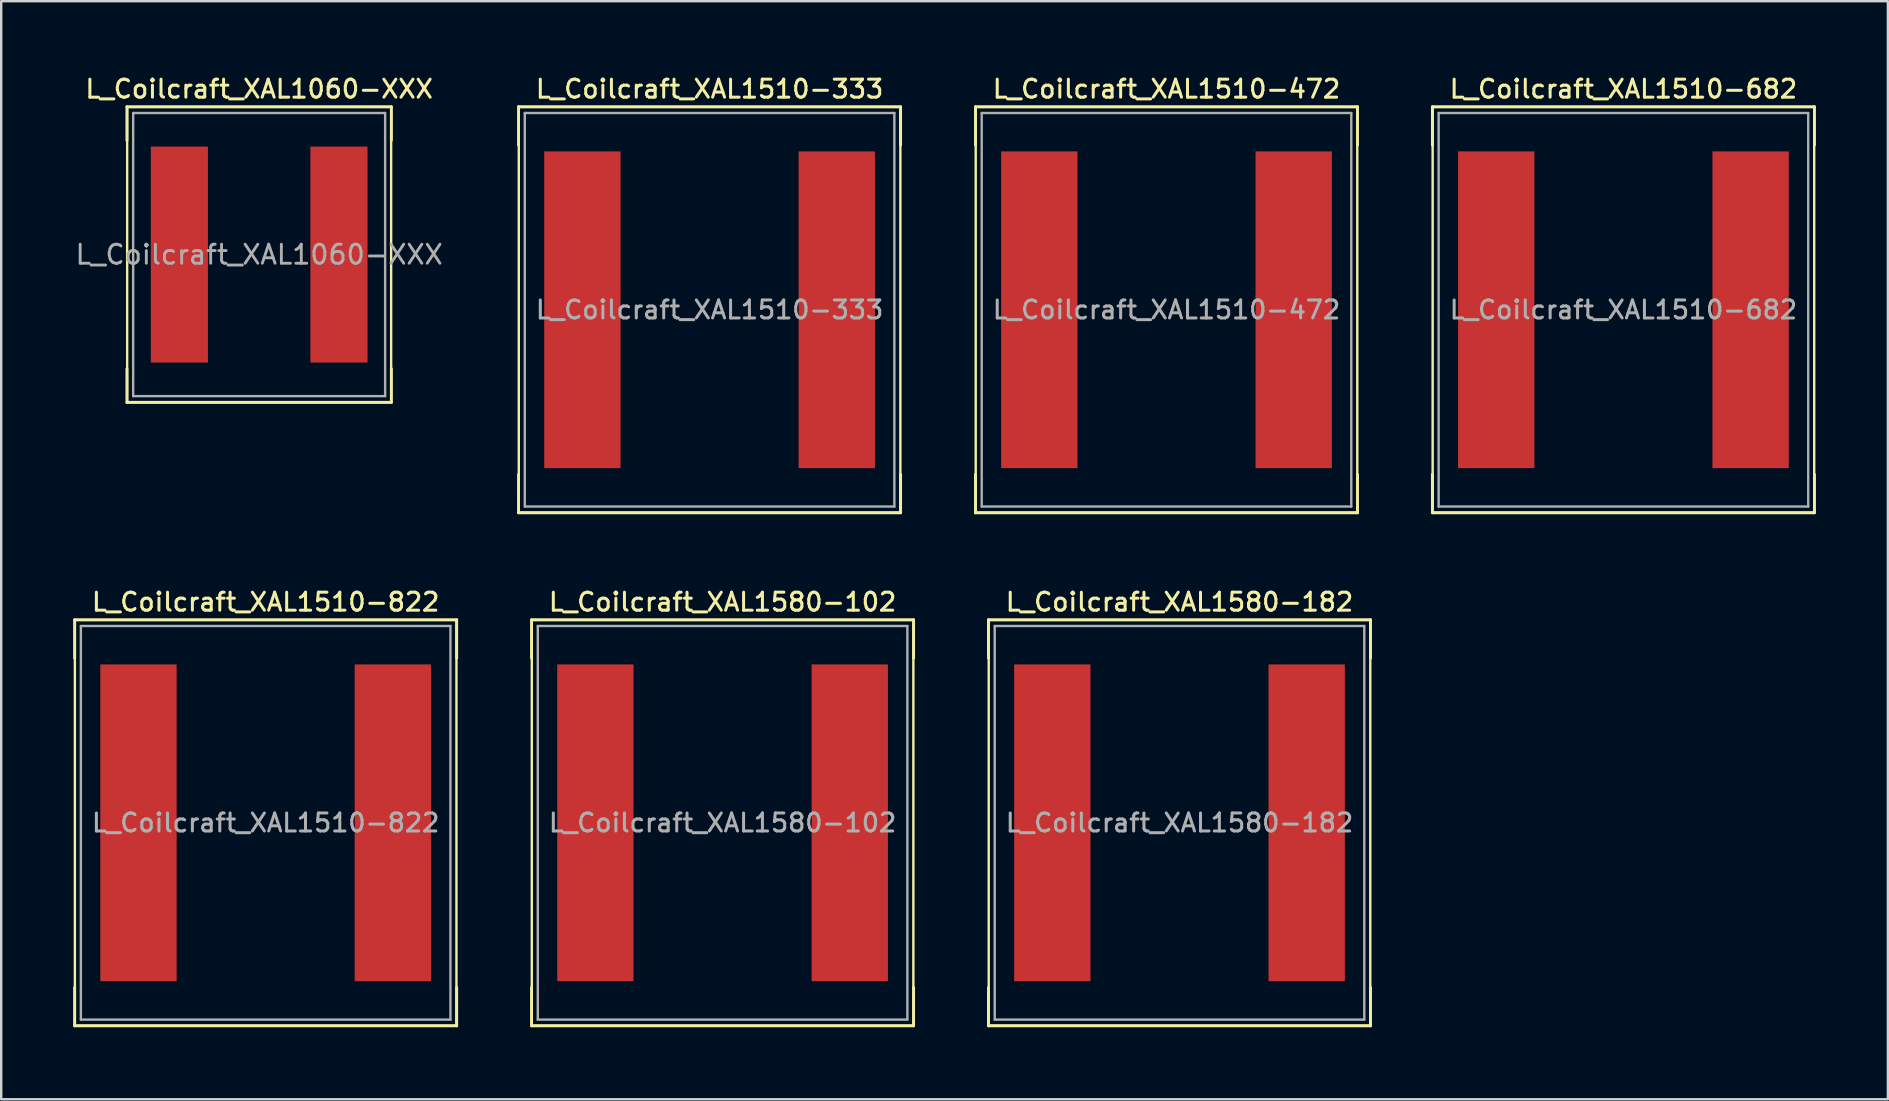
<source format=kicad_pcb>
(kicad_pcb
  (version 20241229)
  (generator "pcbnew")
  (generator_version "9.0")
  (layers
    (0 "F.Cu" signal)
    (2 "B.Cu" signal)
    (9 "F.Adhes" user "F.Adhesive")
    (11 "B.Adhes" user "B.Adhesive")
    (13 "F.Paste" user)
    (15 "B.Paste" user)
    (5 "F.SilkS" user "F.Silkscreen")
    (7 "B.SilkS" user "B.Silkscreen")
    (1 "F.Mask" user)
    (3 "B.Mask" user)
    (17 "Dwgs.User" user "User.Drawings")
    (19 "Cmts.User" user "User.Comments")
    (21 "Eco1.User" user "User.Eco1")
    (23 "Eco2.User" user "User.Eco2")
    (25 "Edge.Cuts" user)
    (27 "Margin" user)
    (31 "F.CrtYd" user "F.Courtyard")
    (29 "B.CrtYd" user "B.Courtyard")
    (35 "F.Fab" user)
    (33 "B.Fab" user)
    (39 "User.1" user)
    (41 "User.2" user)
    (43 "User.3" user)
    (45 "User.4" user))
  (footprint "L_Coilcraft_XAL1580-102"
    (layer "F.Cu")
    (at 27.06 31.236)
    (property "Reference" "L_Coilcraft_XAL1580-102" (at 0 -9.2 0) (layer "F.SilkS") (effects (font (size 0.75 0.75) (thickness 0.125))))
    (attr smd)
    (fp_line (start -7.96 -8.46) (end -7.96 -6.86) (stroke (width 0.12) (type solid)) (layer "F.SilkS"))
    (fp_line (start -7.96 -8.46) (end 7.96 -8.46) (stroke (width 0.12) (type solid)) (layer "F.SilkS"))
    (fp_line (start -7.96 8.46) (end -7.96 6.86) (stroke (width 0.12) (type solid)) (layer "F.SilkS"))
    (fp_line (start -7.96 8.46) (end 7.96 8.46) (stroke (width 0.12) (type solid)) (layer "F.SilkS"))
    (fp_line (start -7.95 -8.45) (end -7.95 8.45) (stroke (width 0.1) (type solid)) (layer "F.SilkS"))
    (fp_line (start -7.95 8.45) (end 7.95 8.45) (stroke (width 0.1) (type solid)) (layer "F.SilkS"))
    (fp_line (start 7.95 -8.45) (end -7.95 -8.45) (stroke (width 0.1) (type solid)) (layer "F.SilkS"))
    (fp_line (start 7.95 8.45) (end 7.95 -8.45) (stroke (width 0.1) (type solid)) (layer "F.SilkS"))
    (fp_line (start 7.96 -8.46) (end 7.96 -6.86) (stroke (width 0.12) (type solid)) (layer "F.SilkS"))
    (fp_line (start 7.96 8.46) (end 7.96 6.86) (stroke (width 0.12) (type solid)) (layer "F.SilkS"))
    (fp_line (start -7.7 -8.2) (end -7.7 8.2) (stroke (width 0.1) (type solid)) (layer "F.Fab"))
    (fp_line (start -7.7 8.2) (end 7.7 8.2) (stroke (width 0.1) (type solid)) (layer "F.Fab"))
    (fp_line (start 7.7 -8.2) (end -7.7 -8.2) (stroke (width 0.1) (type solid)) (layer "F.Fab"))
    (fp_line (start 7.7 8.2) (end 7.7 -8.2) (stroke (width 0.1) (type solid)) (layer "F.Fab"))
    (fp_text user "${REFERENCE}" (at 0 0 0) (layer "F.Fab") (effects (font (size 0.75 0.75) (thickness 0.125))))
    (pad "1" smd rect (at -5.3 0) (size 3.18 13.2) (layers "F.Cu" "F.Mask" "F.Paste"))
    (pad "2" smd rect (at 5.3 0) (size 3.18 13.2) (layers "F.Cu" "F.Mask" "F.Paste")))
  (footprint "L_Coilcraft_XAL1510-682"
    (layer "F.Cu")
    (at 64.598 9.858)
    (property "Reference" "L_Coilcraft_XAL1510-682" (at 0 -9.2 0) (layer "F.SilkS") (effects (font (size 0.75 0.75) (thickness 0.125))))
    (attr smd)
    (fp_line (start -7.96 -8.46) (end -7.96 -6.86) (stroke (width 0.12) (type solid)) (layer "F.SilkS"))
    (fp_line (start -7.96 -8.46) (end 7.96 -8.46) (stroke (width 0.12) (type solid)) (layer "F.SilkS"))
    (fp_line (start -7.96 8.46) (end -7.96 6.86) (stroke (width 0.12) (type solid)) (layer "F.SilkS"))
    (fp_line (start -7.96 8.46) (end 7.96 8.46) (stroke (width 0.12) (type solid)) (layer "F.SilkS"))
    (fp_line (start -7.95 -8.45) (end -7.95 8.45) (stroke (width 0.1) (type solid)) (layer "F.SilkS"))
    (fp_line (start -7.95 8.45) (end 7.95 8.45) (stroke (width 0.1) (type solid)) (layer "F.SilkS"))
    (fp_line (start 7.95 -8.45) (end -7.95 -8.45) (stroke (width 0.1) (type solid)) (layer "F.SilkS"))
    (fp_line (start 7.95 8.45) (end 7.95 -8.45) (stroke (width 0.1) (type solid)) (layer "F.SilkS"))
    (fp_line (start 7.96 -8.46) (end 7.96 -6.86) (stroke (width 0.12) (type solid)) (layer "F.SilkS"))
    (fp_line (start 7.96 8.46) (end 7.96 6.86) (stroke (width 0.12) (type solid)) (layer "F.SilkS"))
    (fp_line (start -7.7 -8.2) (end -7.7 8.2) (stroke (width 0.1) (type solid)) (layer "F.Fab"))
    (fp_line (start -7.7 8.2) (end 7.7 8.2) (stroke (width 0.1) (type solid)) (layer "F.Fab"))
    (fp_line (start 7.7 -8.2) (end -7.7 -8.2) (stroke (width 0.1) (type solid)) (layer "F.Fab"))
    (fp_line (start 7.7 8.2) (end 7.7 -8.2) (stroke (width 0.1) (type solid)) (layer "F.Fab"))
    (fp_text user "${REFERENCE}" (at 0 0 0) (layer "F.Fab") (effects (font (size 0.75 0.75) (thickness 0.125))))
    (pad "1" smd rect (at -5.3 0) (size 3.18 13.2) (layers "F.Cu" "F.Mask" "F.Paste"))
    (pad "2" smd rect (at 5.3 0) (size 3.18 13.2) (layers "F.Cu" "F.Mask" "F.Paste")))
  (footprint "L_Coilcraft_XAL1060-XXX"
    (layer "F.Cu")
    (at 7.749 7.558)
    (property "Reference" "L_Coilcraft_XAL1060-XXX" (at 0 -6.9 0) (layer "F.SilkS") (effects (font (size 0.75 0.75) (thickness 0.125))))
    (attr smd)
    (fp_line (start -5.51 -6.16) (end -5.51 -4.76) (stroke (width 0.12) (type solid)) (layer "F.SilkS"))
    (fp_line (start -5.51 -6.16) (end 5.51 -6.16) (stroke (width 0.12) (type solid)) (layer "F.SilkS"))
    (fp_line (start -5.51 6.16) (end -5.51 4.76) (stroke (width 0.12) (type solid)) (layer "F.SilkS"))
    (fp_line (start -5.51 6.16) (end 5.51 6.16) (stroke (width 0.12) (type solid)) (layer "F.SilkS"))
    (fp_line (start -5.5 -6.15) (end -5.5 6.15) (stroke (width 0.1) (type solid)) (layer "F.SilkS"))
    (fp_line (start -5.5 6.15) (end 5.5 6.15) (stroke (width 0.1) (type solid)) (layer "F.SilkS"))
    (fp_line (start 5.5 -6.15) (end -5.5 -6.15) (stroke (width 0.1) (type solid)) (layer "F.SilkS"))
    (fp_line (start 5.5 6.15) (end 5.5 -6.15) (stroke (width 0.1) (type solid)) (layer "F.SilkS"))
    (fp_line (start 5.51 -6.16) (end 5.51 -4.76) (stroke (width 0.12) (type solid)) (layer "F.SilkS"))
    (fp_line (start 5.51 6.16) (end 5.51 4.76) (stroke (width 0.12) (type solid)) (layer "F.SilkS"))
    (fp_line (start -5.25 -5.9) (end -5.25 5.9) (stroke (width 0.1) (type solid)) (layer "F.Fab"))
    (fp_line (start -5.25 5.9) (end 5.25 5.9) (stroke (width 0.1) (type solid)) (layer "F.Fab"))
    (fp_line (start 5.25 -5.9) (end -5.25 -5.9) (stroke (width 0.1) (type solid)) (layer "F.Fab"))
    (fp_line (start 5.25 5.9) (end 5.25 -5.9) (stroke (width 0.1) (type solid)) (layer "F.Fab"))
    (fp_text user "${REFERENCE}" (at 0 0 0) (layer "F.Fab") (effects (font (size 0.793 0.793) (thickness 0.119))))
    (pad "1" smd rect (at -3.325 0) (size 2.38 9) (layers "F.Cu" "F.Mask" "F.Paste"))
    (pad "2" smd rect (at 3.325 0) (size 2.38 9) (layers "F.Cu" "F.Mask" "F.Paste")))
  (footprint "L_Coilcraft_XAL1510-472"
    (layer "F.Cu")
    (at 45.558 9.858)
    (property "Reference" "L_Coilcraft_XAL1510-472" (at 0 -9.2 0) (layer "F.SilkS") (effects (font (size 0.75 0.75) (thickness 0.125))))
    (attr smd)
    (fp_line (start -7.96 -8.46) (end -7.96 -6.86) (stroke (width 0.12) (type solid)) (layer "F.SilkS"))
    (fp_line (start -7.96 -8.46) (end 7.96 -8.46) (stroke (width 0.12) (type solid)) (layer "F.SilkS"))
    (fp_line (start -7.96 8.46) (end -7.96 6.86) (stroke (width 0.12) (type solid)) (layer "F.SilkS"))
    (fp_line (start -7.96 8.46) (end 7.96 8.46) (stroke (width 0.12) (type solid)) (layer "F.SilkS"))
    (fp_line (start -7.95 -8.45) (end -7.95 8.45) (stroke (width 0.1) (type solid)) (layer "F.SilkS"))
    (fp_line (start -7.95 8.45) (end 7.95 8.45) (stroke (width 0.1) (type solid)) (layer "F.SilkS"))
    (fp_line (start 7.95 -8.45) (end -7.95 -8.45) (stroke (width 0.1) (type solid)) (layer "F.SilkS"))
    (fp_line (start 7.95 8.45) (end 7.95 -8.45) (stroke (width 0.1) (type solid)) (layer "F.SilkS"))
    (fp_line (start 7.96 -8.46) (end 7.96 -6.86) (stroke (width 0.12) (type solid)) (layer "F.SilkS"))
    (fp_line (start 7.96 8.46) (end 7.96 6.86) (stroke (width 0.12) (type solid)) (layer "F.SilkS"))
    (fp_line (start -7.7 -8.2) (end -7.7 8.2) (stroke (width 0.1) (type solid)) (layer "F.Fab"))
    (fp_line (start -7.7 8.2) (end 7.7 8.2) (stroke (width 0.1) (type solid)) (layer "F.Fab"))
    (fp_line (start 7.7 -8.2) (end -7.7 -8.2) (stroke (width 0.1) (type solid)) (layer "F.Fab"))
    (fp_line (start 7.7 8.2) (end 7.7 -8.2) (stroke (width 0.1) (type solid)) (layer "F.Fab"))
    (fp_text user "${REFERENCE}" (at 0 0 0) (layer "F.Fab") (effects (font (size 0.75 0.75) (thickness 0.125))))
    (pad "1" smd rect (at -5.3 0) (size 3.18 13.2) (layers "F.Cu" "F.Mask" "F.Paste"))
    (pad "2" smd rect (at 5.3 0) (size 3.18 13.2) (layers "F.Cu" "F.Mask" "F.Paste")))
  (footprint "L_Coilcraft_XAL1580-182"
    (layer "F.Cu")
    (at 46.1 31.236)
    (property "Reference" "L_Coilcraft_XAL1580-182" (at 0 -9.2 0) (layer "F.SilkS") (effects (font (size 0.75 0.75) (thickness 0.125))))
    (attr smd)
    (fp_line (start -7.96 -8.46) (end -7.96 -6.86) (stroke (width 0.12) (type solid)) (layer "F.SilkS"))
    (fp_line (start -7.96 -8.46) (end 7.96 -8.46) (stroke (width 0.12) (type solid)) (layer "F.SilkS"))
    (fp_line (start -7.96 8.46) (end -7.96 6.86) (stroke (width 0.12) (type solid)) (layer "F.SilkS"))
    (fp_line (start -7.96 8.46) (end 7.96 8.46) (stroke (width 0.12) (type solid)) (layer "F.SilkS"))
    (fp_line (start -7.95 -8.45) (end -7.95 8.45) (stroke (width 0.1) (type solid)) (layer "F.SilkS"))
    (fp_line (start -7.95 8.45) (end 7.95 8.45) (stroke (width 0.1) (type solid)) (layer "F.SilkS"))
    (fp_line (start 7.95 -8.45) (end -7.95 -8.45) (stroke (width 0.1) (type solid)) (layer "F.SilkS"))
    (fp_line (start 7.95 8.45) (end 7.95 -8.45) (stroke (width 0.1) (type solid)) (layer "F.SilkS"))
    (fp_line (start 7.96 -8.46) (end 7.96 -6.86) (stroke (width 0.12) (type solid)) (layer "F.SilkS"))
    (fp_line (start 7.96 8.46) (end 7.96 6.86) (stroke (width 0.12) (type solid)) (layer "F.SilkS"))
    (fp_line (start -7.7 -8.2) (end -7.7 8.2) (stroke (width 0.1) (type solid)) (layer "F.Fab"))
    (fp_line (start -7.7 8.2) (end 7.7 8.2) (stroke (width 0.1) (type solid)) (layer "F.Fab"))
    (fp_line (start 7.7 -8.2) (end -7.7 -8.2) (stroke (width 0.1) (type solid)) (layer "F.Fab"))
    (fp_line (start 7.7 8.2) (end 7.7 -8.2) (stroke (width 0.1) (type solid)) (layer "F.Fab"))
    (fp_text user "${REFERENCE}" (at 0 0 0) (layer "F.Fab") (effects (font (size 0.75 0.75) (thickness 0.125))))
    (pad "1" smd rect (at -5.3 0) (size 3.18 13.2) (layers "F.Cu" "F.Mask" "F.Paste"))
    (pad "2" smd rect (at 5.3 0) (size 3.18 13.2) (layers "F.Cu" "F.Mask" "F.Paste")))
  (footprint "L_Coilcraft_XAL1510-822"
    (layer "F.Cu")
    (at 8.02 31.236)
    (property "Reference" "L_Coilcraft_XAL1510-822" (at 0 -9.2 0) (layer "F.SilkS") (effects (font (size 0.75 0.75) (thickness 0.125))))
    (attr smd)
    (fp_line (start -7.96 -8.46) (end -7.96 -6.86) (stroke (width 0.12) (type solid)) (layer "F.SilkS"))
    (fp_line (start -7.96 -8.46) (end 7.96 -8.46) (stroke (width 0.12) (type solid)) (layer "F.SilkS"))
    (fp_line (start -7.96 8.46) (end -7.96 6.86) (stroke (width 0.12) (type solid)) (layer "F.SilkS"))
    (fp_line (start -7.96 8.46) (end 7.96 8.46) (stroke (width 0.12) (type solid)) (layer "F.SilkS"))
    (fp_line (start -7.95 -8.45) (end -7.95 8.45) (stroke (width 0.1) (type solid)) (layer "F.SilkS"))
    (fp_line (start -7.95 8.45) (end 7.95 8.45) (stroke (width 0.1) (type solid)) (layer "F.SilkS"))
    (fp_line (start 7.95 -8.45) (end -7.95 -8.45) (stroke (width 0.1) (type solid)) (layer "F.SilkS"))
    (fp_line (start 7.95 8.45) (end 7.95 -8.45) (stroke (width 0.1) (type solid)) (layer "F.SilkS"))
    (fp_line (start 7.96 -8.46) (end 7.96 -6.86) (stroke (width 0.12) (type solid)) (layer "F.SilkS"))
    (fp_line (start 7.96 8.46) (end 7.96 6.86) (stroke (width 0.12) (type solid)) (layer "F.SilkS"))
    (fp_line (start -7.7 -8.2) (end -7.7 8.2) (stroke (width 0.1) (type solid)) (layer "F.Fab"))
    (fp_line (start -7.7 8.2) (end 7.7 8.2) (stroke (width 0.1) (type solid)) (layer "F.Fab"))
    (fp_line (start 7.7 -8.2) (end -7.7 -8.2) (stroke (width 0.1) (type solid)) (layer "F.Fab"))
    (fp_line (start 7.7 8.2) (end 7.7 -8.2) (stroke (width 0.1) (type solid)) (layer "F.Fab"))
    (fp_text user "${REFERENCE}" (at 0 0 0) (layer "F.Fab") (effects (font (size 0.75 0.75) (thickness 0.125))))
    (pad "1" smd rect (at -5.3 0) (size 3.18 13.2) (layers "F.Cu" "F.Mask" "F.Paste"))
    (pad "2" smd rect (at 5.3 0) (size 3.18 13.2) (layers "F.Cu" "F.Mask" "F.Paste")))
  (footprint "L_Coilcraft_XAL1510-333"
    (layer "F.Cu")
    (at 26.518 9.858)
    (property "Reference" "L_Coilcraft_XAL1510-333" (at 0 -9.2 0) (layer "F.SilkS") (effects (font (size 0.75 0.75) (thickness 0.125))))
    (attr smd)
    (fp_line (start -7.96 -8.46) (end -7.96 -6.86) (stroke (width 0.12) (type solid)) (layer "F.SilkS"))
    (fp_line (start -7.96 -8.46) (end 7.96 -8.46) (stroke (width 0.12) (type solid)) (layer "F.SilkS"))
    (fp_line (start -7.96 8.46) (end -7.96 6.86) (stroke (width 0.12) (type solid)) (layer "F.SilkS"))
    (fp_line (start -7.96 8.46) (end 7.96 8.46) (stroke (width 0.12) (type solid)) (layer "F.SilkS"))
    (fp_line (start -7.95 -8.45) (end -7.95 8.45) (stroke (width 0.1) (type solid)) (layer "F.SilkS"))
    (fp_line (start -7.95 8.45) (end 7.95 8.45) (stroke (width 0.1) (type solid)) (layer "F.SilkS"))
    (fp_line (start 7.95 -8.45) (end -7.95 -8.45) (stroke (width 0.1) (type solid)) (layer "F.SilkS"))
    (fp_line (start 7.95 8.45) (end 7.95 -8.45) (stroke (width 0.1) (type solid)) (layer "F.SilkS"))
    (fp_line (start 7.96 -8.46) (end 7.96 -6.86) (stroke (width 0.12) (type solid)) (layer "F.SilkS"))
    (fp_line (start 7.96 8.46) (end 7.96 6.86) (stroke (width 0.12) (type solid)) (layer "F.SilkS"))
    (fp_line (start -7.7 -8.2) (end -7.7 8.2) (stroke (width 0.1) (type solid)) (layer "F.Fab"))
    (fp_line (start -7.7 8.2) (end 7.7 8.2) (stroke (width 0.1) (type solid)) (layer "F.Fab"))
    (fp_line (start 7.7 -8.2) (end -7.7 -8.2) (stroke (width 0.1) (type solid)) (layer "F.Fab"))
    (fp_line (start 7.7 8.2) (end 7.7 -8.2) (stroke (width 0.1) (type solid)) (layer "F.Fab"))
    (fp_text user "${REFERENCE}" (at 0 0 0) (layer "F.Fab") (effects (font (size 0.75 0.75) (thickness 0.125))))
    (pad "1" smd rect (at -5.3 0) (size 3.18 13.2) (layers "F.Cu" "F.Mask" "F.Paste"))
    (pad "2" smd rect (at 5.3 0) (size 3.18 13.2) (layers "F.Cu" "F.Mask" "F.Paste")))
  (gr_rect
    (start -3 -3)
    (end 75.618 42.756)
    (stroke (width 0.1) (type default))
    (fill no)
    (layer "Edge.Cuts")))
</source>
